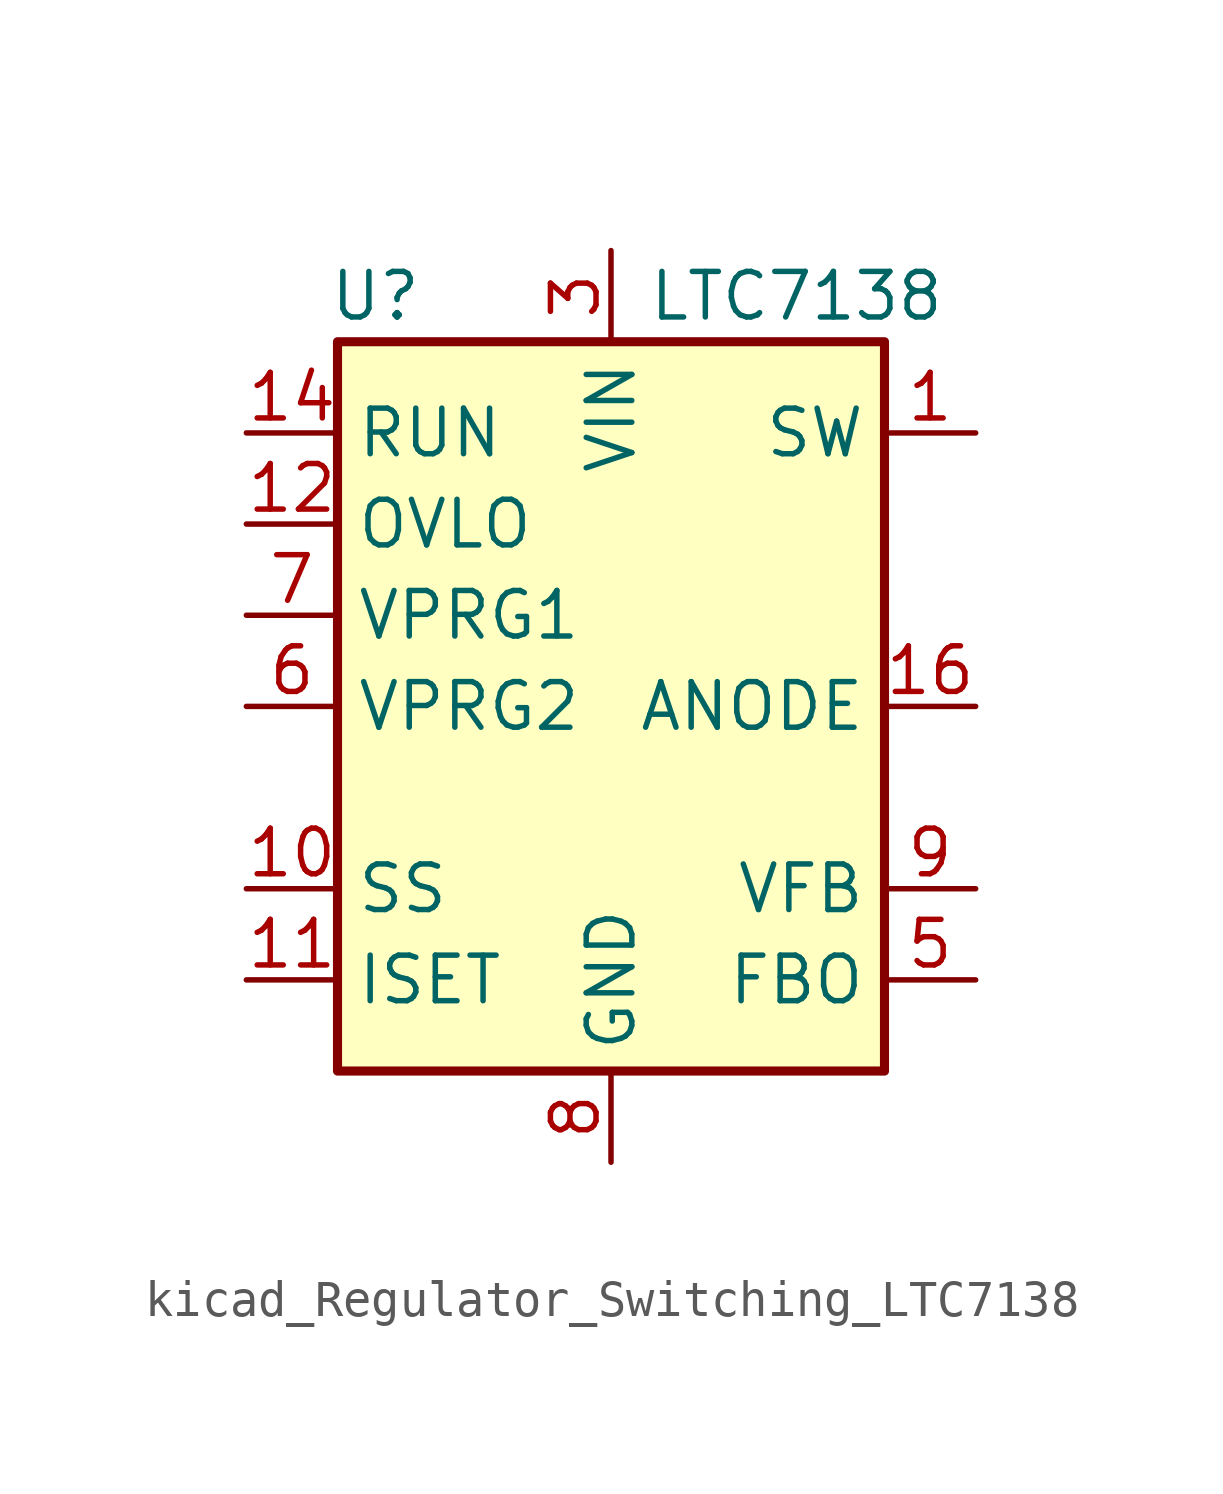
<source format=kicad_sym>
(kicad_symbol_lib
  (version 20220914)
  (generator kicad_symbol_editor)
  (symbol "kicad_Regulator_Switching_LTC7138"
    (property "Reference" "U"
      (at -7.874 11.43 0)
      (effects (font (size 1.27 1.27)) (justify left)))
    (property "Value" "LTC7138"
      (at 1.016 11.43 0)
      (effects (font (size 1.27 1.27)) (justify left)))
    (symbol "kicad_Regulator_Switching_LTC7138_0_1"
      (rectangle (start -7.62 10.16) (end 7.62 -10.16) (stroke (width 0.254) (type default)) (fill (type background))))
    (symbol "kicad_Regulator_Switching_LTC7138_1_1"
      (pin passive line (at 10.16 7.62 180) (length 2.54) (name "SW" (effects (font (size 1.27 1.27)))) (number "1" (effects (font (size 1.27 1.27)))))
      (pin passive line (at -10.16 -5.08 0) (length 2.54) (name "SS" (effects (font (size 1.27 1.27)))) (number "10" (effects (font (size 1.27 1.27)))))
      (pin passive line (at -10.16 -7.62 0) (length 2.54) (name "ISET" (effects (font (size 1.27 1.27)))) (number "11" (effects (font (size 1.27 1.27)))))
      (pin input line (at -10.16 5.08 0) (length 2.54) (name "OVLO" (effects (font (size 1.27 1.27)))) (number "12" (effects (font (size 1.27 1.27)))))
      (pin input line (at -10.16 7.62 0) (length 2.54) (name "RUN" (effects (font (size 1.27 1.27)))) (number "14" (effects (font (size 1.27 1.27)))))
      (pin passive line (at 10.16 0 180) (length 2.54) (name "ANODE" (effects (font (size 1.27 1.27)))) (number "16" (effects (font (size 1.27 1.27)))))
      (pin passive line (at 0 -12.7 90) (length 2.54) hide (name "GND" (effects (font (size 1.27 1.27)))) (number "17" (effects (font (size 1.27 1.27)))))
      (pin power_in line (at 0 12.7 270) (length 2.54) (name "VIN" (effects (font (size 1.27 1.27)))) (number "3" (effects (font (size 1.27 1.27)))))
      (pin output line (at 10.16 -7.62 180) (length 2.54) (name "FBO" (effects (font (size 1.27 1.27)))) (number "5" (effects (font (size 1.27 1.27)))))
      (pin input line (at -10.16 0 0) (length 2.54) (name "VPRG2" (effects (font (size 1.27 1.27)))) (number "6" (effects (font (size 1.27 1.27)))))
      (pin input line (at -10.16 2.54 0) (length 2.54) (name "VPRG1" (effects (font (size 1.27 1.27)))) (number "7" (effects (font (size 1.27 1.27)))))
      (pin power_in line (at 0 -12.7 90) (length 2.54) (name "GND" (effects (font (size 1.27 1.27)))) (number "8" (effects (font (size 1.27 1.27)))))
      (pin input line (at 10.16 -5.08 180) (length 2.54) (name "VFB" (effects (font (size 1.27 1.27)))) (number "9" (effects (font (size 1.27 1.27))))))))
</source>
